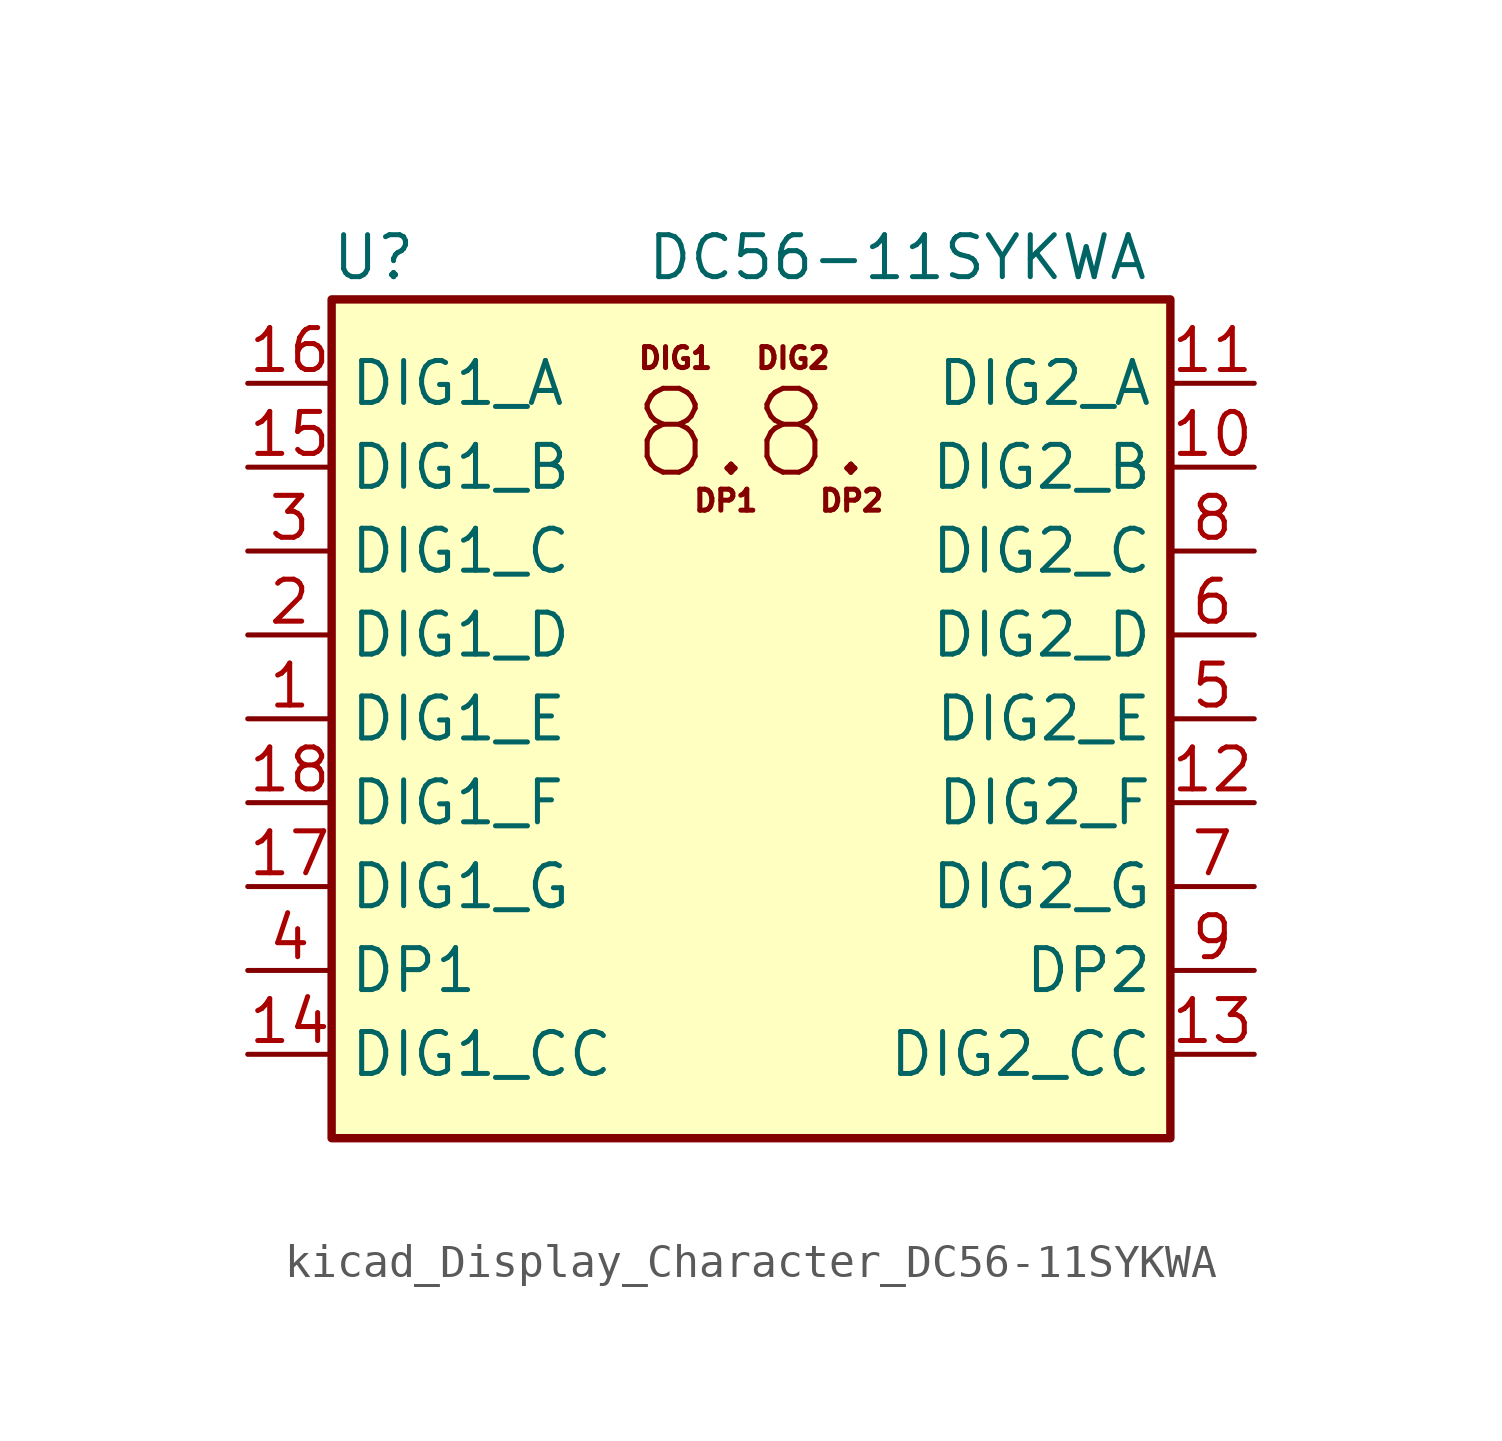
<source format=kicad_sym>
(kicad_symbol_lib
  (version 20220914)
  (generator kicad_symbol_editor)
  (symbol "kicad_Display_Character_DC56-11SYKWA"
    (property "Reference" "U"
      (at -11.43 13.97 0)
      (effects (font (size 1.27 1.27))))
    (property "Value" "DC56-11SYKWA"
      (at 12.065 13.97 0)
      (effects (font (size 1.27 1.27)) (justify right)))
    (symbol "kicad_Display_Character_DC56-11SYKWA_0_0"
      (text "8.8." (at 0 8.636 0) (effects (font (size 2.54 2.54))))
      (text "DIG1" (at -2.286 10.922 0) (effects (font (size 0.635 0.635))))
      (text "DIG2" (at 1.27 10.922 0) (effects (font (size 0.635 0.635))))
      (text "DP1" (at -0.762 6.604 0) (effects (font (size 0.635 0.635))))
      (text "DP2" (at 3.048 6.604 0) (effects (font (size 0.635 0.635)))))
    (symbol "kicad_Display_Character_DC56-11SYKWA_0_1"
      (rectangle (start -12.7 12.7) (end 12.7 -12.7) (stroke (width 0.254) (type default)) (fill (type background))))
    (symbol "kicad_Display_Character_DC56-11SYKWA_1_1"
      (pin input line (at -15.24 0 0) (length 2.54) (name "DIG1_E" (effects (font (size 1.27 1.27)))) (number "1" (effects (font (size 1.27 1.27)))))
      (pin input line (at 15.24 7.62 180) (length 2.54) (name "DIG2_B" (effects (font (size 1.27 1.27)))) (number "10" (effects (font (size 1.27 1.27)))))
      (pin input line (at 15.24 10.16 180) (length 2.54) (name "DIG2_A" (effects (font (size 1.27 1.27)))) (number "11" (effects (font (size 1.27 1.27)))))
      (pin input line (at 15.24 -2.54 180) (length 2.54) (name "DIG2_F" (effects (font (size 1.27 1.27)))) (number "12" (effects (font (size 1.27 1.27)))))
      (pin input line (at 15.24 -10.16 180) (length 2.54) (name "DIG2_CC" (effects (font (size 1.27 1.27)))) (number "13" (effects (font (size 1.27 1.27)))))
      (pin input line (at -15.24 -10.16 0) (length 2.54) (name "DIG1_CC" (effects (font (size 1.27 1.27)))) (number "14" (effects (font (size 1.27 1.27)))))
      (pin input line (at -15.24 7.62 0) (length 2.54) (name "DIG1_B" (effects (font (size 1.27 1.27)))) (number "15" (effects (font (size 1.27 1.27)))))
      (pin input line (at -15.24 10.16 0) (length 2.54) (name "DIG1_A" (effects (font (size 1.27 1.27)))) (number "16" (effects (font (size 1.27 1.27)))))
      (pin input line (at -15.24 -5.08 0) (length 2.54) (name "DIG1_G" (effects (font (size 1.27 1.27)))) (number "17" (effects (font (size 1.27 1.27)))))
      (pin input line (at -15.24 -2.54 0) (length 2.54) (name "DIG1_F" (effects (font (size 1.27 1.27)))) (number "18" (effects (font (size 1.27 1.27)))))
      (pin input line (at -15.24 2.54 0) (length 2.54) (name "DIG1_D" (effects (font (size 1.27 1.27)))) (number "2" (effects (font (size 1.27 1.27)))))
      (pin input line (at -15.24 5.08 0) (length 2.54) (name "DIG1_C" (effects (font (size 1.27 1.27)))) (number "3" (effects (font (size 1.27 1.27)))))
      (pin input line (at -15.24 -7.62 0) (length 2.54) (name "DP1" (effects (font (size 1.27 1.27)))) (number "4" (effects (font (size 1.27 1.27)))))
      (pin input line (at 15.24 0 180) (length 2.54) (name "DIG2_E" (effects (font (size 1.27 1.27)))) (number "5" (effects (font (size 1.27 1.27)))))
      (pin input line (at 15.24 2.54 180) (length 2.54) (name "DIG2_D" (effects (font (size 1.27 1.27)))) (number "6" (effects (font (size 1.27 1.27)))))
      (pin input line (at 15.24 -5.08 180) (length 2.54) (name "DIG2_G" (effects (font (size 1.27 1.27)))) (number "7" (effects (font (size 1.27 1.27)))))
      (pin input line (at 15.24 5.08 180) (length 2.54) (name "DIG2_C" (effects (font (size 1.27 1.27)))) (number "8" (effects (font (size 1.27 1.27)))))
      (pin input line (at 15.24 -7.62 180) (length 2.54) (name "DP2" (effects (font (size 1.27 1.27)))) (number "9" (effects (font (size 1.27 1.27))))))))
</source>
